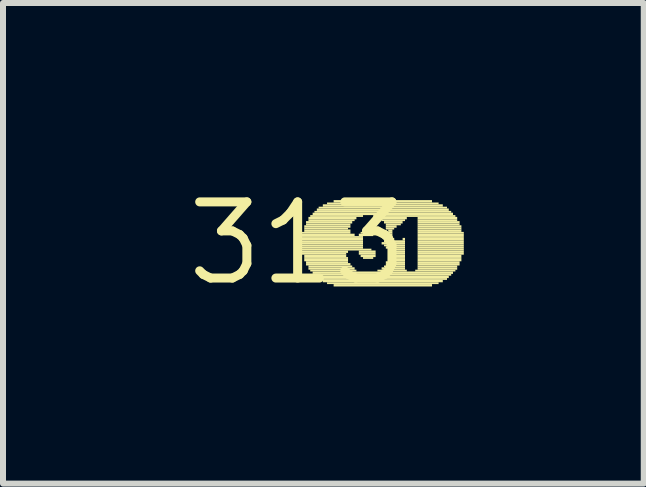
<source format=kicad_pcb>
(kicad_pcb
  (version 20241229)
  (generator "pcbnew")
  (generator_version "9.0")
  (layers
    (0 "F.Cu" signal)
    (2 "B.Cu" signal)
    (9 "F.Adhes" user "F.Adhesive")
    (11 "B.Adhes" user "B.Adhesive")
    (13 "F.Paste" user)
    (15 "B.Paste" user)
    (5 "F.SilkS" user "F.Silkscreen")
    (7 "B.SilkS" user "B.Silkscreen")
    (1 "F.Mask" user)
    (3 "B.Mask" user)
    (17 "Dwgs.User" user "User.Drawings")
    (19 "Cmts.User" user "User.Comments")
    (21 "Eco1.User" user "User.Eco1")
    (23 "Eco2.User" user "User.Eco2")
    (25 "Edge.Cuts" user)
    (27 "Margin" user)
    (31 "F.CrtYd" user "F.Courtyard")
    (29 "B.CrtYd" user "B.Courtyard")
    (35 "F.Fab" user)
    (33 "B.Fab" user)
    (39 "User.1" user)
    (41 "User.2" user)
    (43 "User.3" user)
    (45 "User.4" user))
  (footprint "313"
    (layer "F.Cu")
    (at 1.912 1.006)
    (property "Reference" "313" (at 0 0 0) (layer "F.SilkS") (effects (font (size 1.27 1.27) (thickness 0.15))))
    (fp_poly (pts (xy 0.07 -0.16) (xy 0.88 -0.16) (xy 0.88 -0.19) (xy 0.07 -0.19)) (stroke (width 0) (type solid)) (fill yes) (layer "F.SilkS"))
    (fp_poly (pts (xy 0.07 -0.12) (xy 0.95 -0.12) (xy 0.95 -0.16) (xy 0.07 -0.16)) (stroke (width 0) (type solid)) (fill yes) (layer "F.SilkS"))
    (fp_poly (pts (xy 0.07 -0.09) (xy 1.09 -0.09) (xy 1.09 -0.12) (xy 0.07 -0.12)) (stroke (width 0) (type solid)) (fill yes) (layer "F.SilkS"))
    (fp_poly (pts (xy 0.07 -0.05) (xy 1.09 -0.05) (xy 1.09 -0.09) (xy 0.07 -0.09)) (stroke (width 0) (type solid)) (fill yes) (layer "F.SilkS"))
    (fp_poly (pts (xy 0.07 -0.02) (xy 1.09 -0.02) (xy 1.09 -0.05) (xy 0.07 -0.05)) (stroke (width 0) (type solid)) (fill yes) (layer "F.SilkS"))
    (fp_poly (pts (xy 0.07 0.02) (xy 1.09 0.02) (xy 1.09 -0.02) (xy 0.07 -0.02)) (stroke (width 0) (type solid)) (fill yes) (layer "F.SilkS"))
    (fp_poly (pts (xy 0.07 0.05) (xy 1.09 0.05) (xy 1.09 0.02) (xy 0.07 0.02)) (stroke (width 0) (type solid)) (fill yes) (layer "F.SilkS"))
    (fp_poly (pts (xy 0.07 0.09) (xy 1.09 0.09) (xy 1.09 0.05) (xy 0.07 0.05)) (stroke (width 0) (type solid)) (fill yes) (layer "F.SilkS"))
    (fp_poly (pts (xy 0.07 0.12) (xy 1.23 0.12) (xy 1.23 0.09) (xy 0.07 0.09)) (stroke (width 0) (type solid)) (fill yes) (layer "F.SilkS"))
    (fp_poly (pts (xy 0.07 0.16) (xy 0.84 0.16) (xy 0.84 0.12) (xy 0.07 0.12)) (stroke (width 0) (type solid)) (fill yes) (layer "F.SilkS"))
    (fp_poly (pts (xy 0.07 0.19) (xy 0.81 0.19) (xy 0.81 0.16) (xy 0.07 0.16)) (stroke (width 0) (type solid)) (fill yes) (layer "F.SilkS"))
    (fp_poly (pts (xy 0.11 -0.26) (xy 0.88 -0.26) (xy 0.88 -0.3) (xy 0.11 -0.3)) (stroke (width 0) (type solid)) (fill yes) (layer "F.SilkS"))
    (fp_poly (pts (xy 0.11 -0.23) (xy 0.84 -0.23) (xy 0.84 -0.26) (xy 0.11 -0.26)) (stroke (width 0) (type solid)) (fill yes) (layer "F.SilkS"))
    (fp_poly (pts (xy 0.11 -0.19) (xy 0.88 -0.19) (xy 0.88 -0.23) (xy 0.11 -0.23)) (stroke (width 0) (type solid)) (fill yes) (layer "F.SilkS"))
    (fp_poly (pts (xy 0.11 0.23) (xy 0.81 0.23) (xy 0.81 0.19) (xy 0.11 0.19)) (stroke (width 0) (type solid)) (fill yes) (layer "F.SilkS"))
    (fp_poly (pts (xy 0.11 0.26) (xy 0.84 0.26) (xy 0.84 0.23) (xy 0.11 0.23)) (stroke (width 0) (type solid)) (fill yes) (layer "F.SilkS"))
    (fp_poly (pts (xy 0.11 0.3) (xy 0.84 0.3) (xy 0.84 0.26) (xy 0.11 0.26)) (stroke (width 0) (type solid)) (fill yes) (layer "F.SilkS"))
    (fp_poly (pts (xy 0.14 -0.33) (xy 0.91 -0.33) (xy 0.91 -0.37) (xy 0.14 -0.37)) (stroke (width 0) (type solid)) (fill yes) (layer "F.SilkS"))
    (fp_poly (pts (xy 0.14 -0.3) (xy 0.88 -0.3) (xy 0.88 -0.33) (xy 0.14 -0.33)) (stroke (width 0) (type solid)) (fill yes) (layer "F.SilkS"))
    (fp_poly (pts (xy 0.14 0.33) (xy 0.84 0.33) (xy 0.84 0.3) (xy 0.14 0.3)) (stroke (width 0) (type solid)) (fill yes) (layer "F.SilkS"))
    (fp_poly (pts (xy 0.14 0.37) (xy 0.88 0.37) (xy 0.88 0.33) (xy 0.14 0.33)) (stroke (width 0) (type solid)) (fill yes) (layer "F.SilkS"))
    (fp_poly (pts (xy 0.18 -0.4) (xy 0.98 -0.4) (xy 0.98 -0.44) (xy 0.18 -0.44)) (stroke (width 0) (type solid)) (fill yes) (layer "F.SilkS"))
    (fp_poly (pts (xy 0.18 -0.37) (xy 0.95 -0.37) (xy 0.95 -0.4) (xy 0.18 -0.4)) (stroke (width 0) (type solid)) (fill yes) (layer "F.SilkS"))
    (fp_poly (pts (xy 0.18 0.4) (xy 0.91 0.4) (xy 0.91 0.37) (xy 0.18 0.37)) (stroke (width 0) (type solid)) (fill yes) (layer "F.SilkS"))
    (fp_poly (pts (xy 0.18 0.44) (xy 0.95 0.44) (xy 0.95 0.4) (xy 0.18 0.4)) (stroke (width 0) (type solid)) (fill yes) (layer "F.SilkS"))
    (fp_poly (pts (xy 0.21 -0.44) (xy 1.09 -0.44) (xy 1.09 -0.47) (xy 0.21 -0.47)) (stroke (width 0) (type solid)) (fill yes) (layer "F.SilkS"))
    (fp_poly (pts (xy 0.21 0.47) (xy 0.98 0.47) (xy 0.98 0.44) (xy 0.21 0.44)) (stroke (width 0) (type solid)) (fill yes) (layer "F.SilkS"))
    (fp_poly (pts (xy 0.25 -0.47) (xy 2.59 -0.47) (xy 2.59 -0.51) (xy 0.25 -0.51)) (stroke (width 0) (type solid)) (fill yes) (layer "F.SilkS"))
    (fp_poly (pts (xy 0.25 0.51) (xy 2.59 0.51) (xy 2.59 0.47) (xy 0.25 0.47)) (stroke (width 0) (type solid)) (fill yes) (layer "F.SilkS"))
    (fp_poly (pts (xy 0.28 -0.51) (xy 2.56 -0.51) (xy 2.56 -0.54) (xy 0.28 -0.54)) (stroke (width 0) (type solid)) (fill yes) (layer "F.SilkS"))
    (fp_poly (pts (xy 0.28 0.54) (xy 2.56 0.54) (xy 2.56 0.51) (xy 0.28 0.51)) (stroke (width 0) (type solid)) (fill yes) (layer "F.SilkS"))
    (fp_poly (pts (xy 0.32 -0.54) (xy 2.52 -0.54) (xy 2.52 -0.58) (xy 0.32 -0.58)) (stroke (width 0) (type solid)) (fill yes) (layer "F.SilkS"))
    (fp_poly (pts (xy 0.32 0.58) (xy 2.52 0.58) (xy 2.52 0.54) (xy 0.32 0.54)) (stroke (width 0) (type solid)) (fill yes) (layer "F.SilkS"))
    (fp_poly (pts (xy 0.35 -0.58) (xy 2.49 -0.58) (xy 2.49 -0.61) (xy 0.35 -0.61)) (stroke (width 0) (type solid)) (fill yes) (layer "F.SilkS"))
    (fp_poly (pts (xy 0.35 0.61) (xy 2.49 0.61) (xy 2.49 0.58) (xy 0.35 0.58)) (stroke (width 0) (type solid)) (fill yes) (layer "F.SilkS"))
    (fp_poly (pts (xy 0.42 -0.61) (xy 2.42 -0.61) (xy 2.42 -0.65) (xy 0.42 -0.65)) (stroke (width 0) (type solid)) (fill yes) (layer "F.SilkS"))
    (fp_poly (pts (xy 0.42 0.65) (xy 2.42 0.65) (xy 2.42 0.61) (xy 0.42 0.61)) (stroke (width 0) (type solid)) (fill yes) (layer "F.SilkS"))
    (fp_poly (pts (xy 0.49 -0.65) (xy 2.35 -0.65) (xy 2.35 -0.68) (xy 0.49 -0.68)) (stroke (width 0) (type solid)) (fill yes) (layer "F.SilkS"))
    (fp_poly (pts (xy 0.49 0.68) (xy 2.35 0.68) (xy 2.35 0.65) (xy 0.49 0.65)) (stroke (width 0) (type solid)) (fill yes) (layer "F.SilkS"))
    (fp_poly (pts (xy 0.6 -0.68) (xy 2.24 -0.68) (xy 2.24 -0.72) (xy 0.6 -0.72)) (stroke (width 0) (type solid)) (fill yes) (layer "F.SilkS"))
    (fp_poly (pts (xy 0.6 0.72) (xy 2.24 0.72) (xy 2.24 0.68) (xy 0.6 0.68)) (stroke (width 0) (type solid)) (fill yes) (layer "F.SilkS"))
    (fp_poly (pts (xy 1.02 -0.12) (xy 1.26 -0.12) (xy 1.26 -0.16) (xy 1.02 -0.16)) (stroke (width 0) (type solid)) (fill yes) (layer "F.SilkS"))
    (fp_poly (pts (xy 1.02 0.16) (xy 1.3 0.16) (xy 1.3 0.12) (xy 1.02 0.12)) (stroke (width 0) (type solid)) (fill yes) (layer "F.SilkS"))
    (fp_poly (pts (xy 1.02 0.19) (xy 1.3 0.19) (xy 1.3 0.16) (xy 1.02 0.16)) (stroke (width 0) (type solid)) (fill yes) (layer "F.SilkS"))
    (fp_poly (pts (xy 1.05 -0.16) (xy 1.26 -0.16) (xy 1.26 -0.19) (xy 1.05 -0.19)) (stroke (width 0) (type solid)) (fill yes) (layer "F.SilkS"))
    (fp_poly (pts (xy 1.05 0.23) (xy 1.3 0.23) (xy 1.3 0.19) (xy 1.05 0.19)) (stroke (width 0) (type solid)) (fill yes) (layer "F.SilkS"))
    (fp_poly (pts (xy 1.09 -0.19) (xy 1.26 -0.19) (xy 1.26 -0.23) (xy 1.09 -0.23)) (stroke (width 0) (type solid)) (fill yes) (layer "F.SilkS"))
    (fp_poly (pts (xy 1.09 0.26) (xy 1.26 0.26) (xy 1.26 0.23) (xy 1.09 0.23)) (stroke (width 0) (type solid)) (fill yes) (layer "F.SilkS"))
    (fp_poly (pts (xy 1.12 -0.23) (xy 1.23 -0.23) (xy 1.23 -0.26) (xy 1.12 -0.26)) (stroke (width 0) (type solid)) (fill yes) (layer "F.SilkS"))
    (fp_poly (pts (xy 1.26 -0.44) (xy 2.63 -0.44) (xy 2.63 -0.47) (xy 1.26 -0.47)) (stroke (width 0) (type solid)) (fill yes) (layer "F.SilkS"))
    (fp_poly (pts (xy 1.33 -0.4) (xy 1.82 -0.4) (xy 1.82 -0.44) (xy 1.33 -0.44)) (stroke (width 0) (type solid)) (fill yes) (layer "F.SilkS"))
    (fp_poly (pts (xy 1.33 0.47) (xy 1.82 0.47) (xy 1.82 0.44) (xy 1.33 0.44)) (stroke (width 0) (type solid)) (fill yes) (layer "F.SilkS"))
    (fp_poly (pts (xy 1.4 -0.37) (xy 1.79 -0.37) (xy 1.79 -0.4) (xy 1.4 -0.4)) (stroke (width 0) (type solid)) (fill yes) (layer "F.SilkS"))
    (fp_poly (pts (xy 1.4 0.02) (xy 1.79 0.02) (xy 1.79 -0.02) (xy 1.4 -0.02)) (stroke (width 0) (type solid)) (fill yes) (layer "F.SilkS"))
    (fp_poly (pts (xy 1.4 0.44) (xy 1.79 0.44) (xy 1.79 0.4) (xy 1.4 0.4)) (stroke (width 0) (type solid)) (fill yes) (layer "F.SilkS"))
    (fp_poly (pts (xy 1.44 -0.33) (xy 1.75 -0.33) (xy 1.75 -0.37) (xy 1.44 -0.37)) (stroke (width 0) (type solid)) (fill yes) (layer "F.SilkS"))
    (fp_poly (pts (xy 1.44 -0.02) (xy 1.79 -0.02) (xy 1.79 -0.05) (xy 1.44 -0.05)) (stroke (width 0) (type solid)) (fill yes) (layer "F.SilkS"))
    (fp_poly (pts (xy 1.44 0.05) (xy 1.79 0.05) (xy 1.79 0.02) (xy 1.44 0.02)) (stroke (width 0) (type solid)) (fill yes) (layer "F.SilkS"))
    (fp_poly (pts (xy 1.44 0.4) (xy 1.79 0.4) (xy 1.79 0.37) (xy 1.44 0.37)) (stroke (width 0) (type solid)) (fill yes) (layer "F.SilkS"))
    (fp_poly (pts (xy 1.47 -0.3) (xy 1.72 -0.3) (xy 1.72 -0.33) (xy 1.47 -0.33)) (stroke (width 0) (type solid)) (fill yes) (layer "F.SilkS"))
    (fp_poly (pts (xy 1.47 -0.26) (xy 1.65 -0.26) (xy 1.65 -0.3) (xy 1.47 -0.3)) (stroke (width 0) (type solid)) (fill yes) (layer "F.SilkS"))
    (fp_poly (pts (xy 1.47 -0.23) (xy 1.61 -0.23) (xy 1.61 -0.26) (xy 1.47 -0.26)) (stroke (width 0) (type solid)) (fill yes) (layer "F.SilkS"))
    (fp_poly (pts (xy 1.47 -0.09) (xy 1.58 -0.09) (xy 1.58 -0.12) (xy 1.47 -0.12)) (stroke (width 0) (type solid)) (fill yes) (layer "F.SilkS"))
    (fp_poly (pts (xy 1.47 -0.05) (xy 1.61 -0.05) (xy 1.61 -0.09) (xy 1.47 -0.09)) (stroke (width 0) (type solid)) (fill yes) (layer "F.SilkS"))
    (fp_poly (pts (xy 1.47 0.09) (xy 1.79 0.09) (xy 1.79 0.05) (xy 1.47 0.05)) (stroke (width 0) (type solid)) (fill yes) (layer "F.SilkS"))
    (fp_poly (pts (xy 1.47 0.33) (xy 1.79 0.33) (xy 1.79 0.3) (xy 1.47 0.3)) (stroke (width 0) (type solid)) (fill yes) (layer "F.SilkS"))
    (fp_poly (pts (xy 1.47 0.37) (xy 1.79 0.37) (xy 1.79 0.33) (xy 1.47 0.33)) (stroke (width 0) (type solid)) (fill yes) (layer "F.SilkS"))
    (fp_poly (pts (xy 1.51 -0.19) (xy 1.58 -0.19) (xy 1.58 -0.23) (xy 1.51 -0.23)) (stroke (width 0) (type solid)) (fill yes) (layer "F.SilkS"))
    (fp_poly (pts (xy 1.51 -0.16) (xy 1.58 -0.16) (xy 1.58 -0.19) (xy 1.51 -0.19)) (stroke (width 0) (type solid)) (fill yes) (layer "F.SilkS"))
    (fp_poly (pts (xy 1.51 -0.12) (xy 1.58 -0.12) (xy 1.58 -0.16) (xy 1.51 -0.16)) (stroke (width 0) (type solid)) (fill yes) (layer "F.SilkS"))
    (fp_poly (pts (xy 1.51 0.12) (xy 1.79 0.12) (xy 1.79 0.09) (xy 1.51 0.09)) (stroke (width 0) (type solid)) (fill yes) (layer "F.SilkS"))
    (fp_poly (pts (xy 1.51 0.16) (xy 1.79 0.16) (xy 1.79 0.12) (xy 1.51 0.12)) (stroke (width 0) (type solid)) (fill yes) (layer "F.SilkS"))
    (fp_poly (pts (xy 1.51 0.19) (xy 1.79 0.19) (xy 1.79 0.16) (xy 1.51 0.16)) (stroke (width 0) (type solid)) (fill yes) (layer "F.SilkS"))
    (fp_poly (pts (xy 1.51 0.23) (xy 1.79 0.23) (xy 1.79 0.19) (xy 1.51 0.19)) (stroke (width 0) (type solid)) (fill yes) (layer "F.SilkS"))
    (fp_poly (pts (xy 1.51 0.26) (xy 1.79 0.26) (xy 1.79 0.23) (xy 1.51 0.23)) (stroke (width 0) (type solid)) (fill yes) (layer "F.SilkS"))
    (fp_poly (pts (xy 1.51 0.3) (xy 1.79 0.3) (xy 1.79 0.26) (xy 1.51 0.26)) (stroke (width 0) (type solid)) (fill yes) (layer "F.SilkS"))
    (fp_poly (pts (xy 1.75 -0.05) (xy 1.79 -0.05) (xy 1.79 -0.09) (xy 1.75 -0.09)) (stroke (width 0) (type solid)) (fill yes) (layer "F.SilkS"))
    (fp_poly (pts (xy 1.96 0.47) (xy 2.63 0.47) (xy 2.63 0.44) (xy 1.96 0.44)) (stroke (width 0) (type solid)) (fill yes) (layer "F.SilkS"))
    (fp_poly (pts (xy 2 -0.4) (xy 2.66 -0.4) (xy 2.66 -0.44) (xy 2 -0.44)) (stroke (width 0) (type solid)) (fill yes) (layer "F.SilkS"))
    (fp_poly (pts (xy 2 -0.37) (xy 2.66 -0.37) (xy 2.66 -0.4) (xy 2 -0.4)) (stroke (width 0) (type solid)) (fill yes) (layer "F.SilkS"))
    (fp_poly (pts (xy 2 -0.33) (xy 2.7 -0.33) (xy 2.7 -0.37) (xy 2 -0.37)) (stroke (width 0) (type solid)) (fill yes) (layer "F.SilkS"))
    (fp_poly (pts (xy 2 -0.3) (xy 2.7 -0.3) (xy 2.7 -0.33) (xy 2 -0.33)) (stroke (width 0) (type solid)) (fill yes) (layer "F.SilkS"))
    (fp_poly (pts (xy 2 -0.26) (xy 2.73 -0.26) (xy 2.73 -0.3) (xy 2 -0.3)) (stroke (width 0) (type solid)) (fill yes) (layer "F.SilkS"))
    (fp_poly (pts (xy 2 -0.23) (xy 2.73 -0.23) (xy 2.73 -0.26) (xy 2 -0.26)) (stroke (width 0) (type solid)) (fill yes) (layer "F.SilkS"))
    (fp_poly (pts (xy 2 -0.19) (xy 2.73 -0.19) (xy 2.73 -0.23) (xy 2 -0.23)) (stroke (width 0) (type solid)) (fill yes) (layer "F.SilkS"))
    (fp_poly (pts (xy 2 -0.16) (xy 2.77 -0.16) (xy 2.77 -0.19) (xy 2 -0.19)) (stroke (width 0) (type solid)) (fill yes) (layer "F.SilkS"))
    (fp_poly (pts (xy 2 -0.12) (xy 2.77 -0.12) (xy 2.77 -0.16) (xy 2 -0.16)) (stroke (width 0) (type solid)) (fill yes) (layer "F.SilkS"))
    (fp_poly (pts (xy 2 -0.09) (xy 2.77 -0.09) (xy 2.77 -0.12) (xy 2 -0.12)) (stroke (width 0) (type solid)) (fill yes) (layer "F.SilkS"))
    (fp_poly (pts (xy 2 -0.05) (xy 2.77 -0.05) (xy 2.77 -0.09) (xy 2 -0.09)) (stroke (width 0) (type solid)) (fill yes) (layer "F.SilkS"))
    (fp_poly (pts (xy 2 -0.02) (xy 2.77 -0.02) (xy 2.77 -0.05) (xy 2 -0.05)) (stroke (width 0) (type solid)) (fill yes) (layer "F.SilkS"))
    (fp_poly (pts (xy 2 0.02) (xy 2.77 0.02) (xy 2.77 -0.02) (xy 2 -0.02)) (stroke (width 0) (type solid)) (fill yes) (layer "F.SilkS"))
    (fp_poly (pts (xy 2 0.05) (xy 2.77 0.05) (xy 2.77 0.02) (xy 2 0.02)) (stroke (width 0) (type solid)) (fill yes) (layer "F.SilkS"))
    (fp_poly (pts (xy 2 0.09) (xy 2.77 0.09) (xy 2.77 0.05) (xy 2 0.05)) (stroke (width 0) (type solid)) (fill yes) (layer "F.SilkS"))
    (fp_poly (pts (xy 2 0.12) (xy 2.77 0.12) (xy 2.77 0.09) (xy 2 0.09)) (stroke (width 0) (type solid)) (fill yes) (layer "F.SilkS"))
    (fp_poly (pts (xy 2 0.16) (xy 2.77 0.16) (xy 2.77 0.12) (xy 2 0.12)) (stroke (width 0) (type solid)) (fill yes) (layer "F.SilkS"))
    (fp_poly (pts (xy 2 0.19) (xy 2.77 0.19) (xy 2.77 0.16) (xy 2 0.16)) (stroke (width 0) (type solid)) (fill yes) (layer "F.SilkS"))
    (fp_poly (pts (xy 2 0.23) (xy 2.73 0.23) (xy 2.73 0.19) (xy 2 0.19)) (stroke (width 0) (type solid)) (fill yes) (layer "F.SilkS"))
    (fp_poly (pts (xy 2 0.26) (xy 2.73 0.26) (xy 2.73 0.23) (xy 2 0.23)) (stroke (width 0) (type solid)) (fill yes) (layer "F.SilkS"))
    (fp_poly (pts (xy 2 0.3) (xy 2.73 0.3) (xy 2.73 0.26) (xy 2 0.26)) (stroke (width 0) (type solid)) (fill yes) (layer "F.SilkS"))
    (fp_poly (pts (xy 2 0.33) (xy 2.7 0.33) (xy 2.7 0.3) (xy 2 0.3)) (stroke (width 0) (type solid)) (fill yes) (layer "F.SilkS"))
    (fp_poly (pts (xy 2 0.37) (xy 2.7 0.37) (xy 2.7 0.33) (xy 2 0.33)) (stroke (width 0) (type solid)) (fill yes) (layer "F.SilkS"))
    (fp_poly (pts (xy 2 0.4) (xy 2.66 0.4) (xy 2.66 0.37) (xy 2 0.37)) (stroke (width 0) (type solid)) (fill yes) (layer "F.SilkS"))
    (fp_poly (pts (xy 2 0.44) (xy 2.66 0.44) (xy 2.66 0.4) (xy 2 0.4)) (stroke (width 0) (type solid)) (fill yes) (layer "F.SilkS")))
  (gr_rect
    (start -3 -3)
    (end 7.682 5.012)
    (stroke (width 0.1) (type default))
    (fill no)
    (layer "Edge.Cuts")))
</source>
